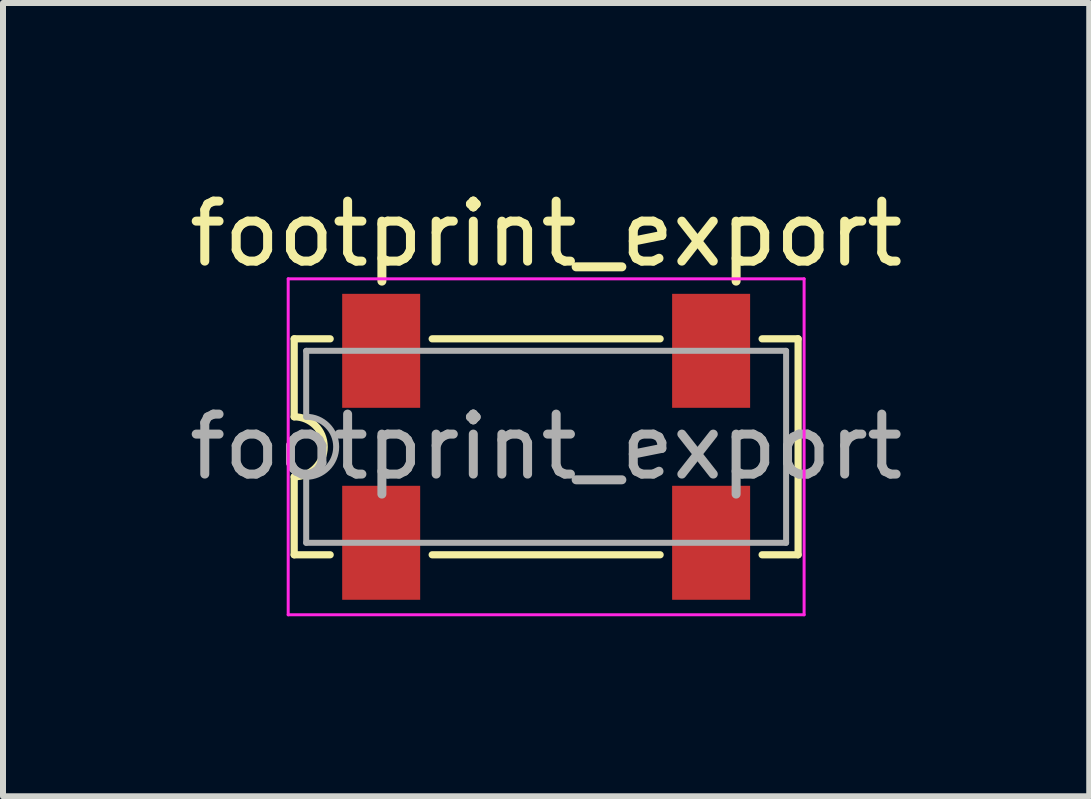
<source format=kicad_pcb>
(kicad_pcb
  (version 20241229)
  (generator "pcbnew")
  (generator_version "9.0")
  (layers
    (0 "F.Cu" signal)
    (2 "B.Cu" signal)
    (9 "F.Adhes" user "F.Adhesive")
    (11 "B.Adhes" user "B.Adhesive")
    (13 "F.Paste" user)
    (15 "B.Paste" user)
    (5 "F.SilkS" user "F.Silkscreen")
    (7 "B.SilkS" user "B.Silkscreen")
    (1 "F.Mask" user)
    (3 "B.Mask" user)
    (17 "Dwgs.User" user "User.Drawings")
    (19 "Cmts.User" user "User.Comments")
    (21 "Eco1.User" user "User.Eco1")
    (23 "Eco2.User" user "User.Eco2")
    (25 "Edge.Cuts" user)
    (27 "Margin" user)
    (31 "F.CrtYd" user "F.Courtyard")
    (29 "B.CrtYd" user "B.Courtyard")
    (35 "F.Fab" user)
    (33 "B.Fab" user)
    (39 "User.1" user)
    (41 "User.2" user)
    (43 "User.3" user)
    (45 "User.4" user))
  (footprint "footprint_export"
    (layer "F.Cu")
    (at 6.054 4.398)
    (property "Reference" "footprint_export" (at 0 -3.55 0) (layer "F.SilkS") (effects (font (size 1 1) (thickness 0.15))))
    (attr smd)
    (fp_line (start -4.2 -1.8) (end -3.6 -1.8) (stroke (width 0.12) (type solid)) (layer "F.SilkS"))
    (fp_line (start -4.2 -0.5) (end -4.2 -1.8) (stroke (width 0.12) (type solid)) (layer "F.SilkS"))
    (fp_line (start -4.2 1.8) (end -4.2 0.5) (stroke (width 0.12) (type solid)) (layer "F.SilkS"))
    (fp_line (start -4.2 1.8) (end -3.6 1.8) (stroke (width 0.12) (type solid)) (layer "F.SilkS"))
    (fp_line (start -1.9 -1.8) (end 1.9 -1.8) (stroke (width 0.12) (type solid)) (layer "F.SilkS"))
    (fp_line (start 1.9 1.8) (end -1.9 1.8) (stroke (width 0.12) (type solid)) (layer "F.SilkS"))
    (fp_line (start 3.6 -1.8) (end 4.2 -1.8) (stroke (width 0.12) (type solid)) (layer "F.SilkS"))
    (fp_line (start 4.2 -1.8) (end 4.2 1.8) (stroke (width 0.12) (type solid)) (layer "F.SilkS"))
    (fp_line (start 4.2 1.8) (end 3.6 1.8) (stroke (width 0.12) (type solid)) (layer "F.SilkS"))
    (fp_arc (start -4.2 -0.5) (mid -3.7 0) (end -4.2 0.5) (stroke (width 0.12) (type solid)) (layer "F.SilkS"))
    (fp_line (start -4.3 -2.8) (end -4.3 2.8) (stroke (width 0.05) (type solid)) (layer "F.CrtYd"))
    (fp_line (start -4.3 2.8) (end 4.3 2.8) (stroke (width 0.05) (type solid)) (layer "F.CrtYd"))
    (fp_line (start 4.3 -2.8) (end -4.3 -2.8) (stroke (width 0.05) (type solid)) (layer "F.CrtYd"))
    (fp_line (start 4.3 2.8) (end 4.3 -2.8) (stroke (width 0.05) (type solid)) (layer "F.CrtYd"))
    (fp_line (start -4 -1.6) (end 4 -1.6) (stroke (width 0.1) (type solid)) (layer "F.Fab"))
    (fp_line (start -4 -0.5) (end -4 -1.6) (stroke (width 0.1) (type solid)) (layer "F.Fab"))
    (fp_line (start -4 1.6) (end -4 0.5) (stroke (width 0.1) (type solid)) (layer "F.Fab"))
    (fp_line (start 4 -1.6) (end 4 1.6) (stroke (width 0.1) (type solid)) (layer "F.Fab"))
    (fp_line (start 4 1.6) (end -4 1.6) (stroke (width 0.1) (type solid)) (layer "F.Fab"))
    (fp_arc (start -4 -0.5) (mid -3.5 0) (end -4 0.5) (stroke (width 0.1) (type solid)) (layer "F.Fab"))
    (fp_text user "${REFERENCE}" (at 0 0 0) (layer "F.Fab") (effects (font (size 1 1) (thickness 0.15))))
    (pad "1" smd rect (at -2.75 1.6) (size 1.3 1.9) (layers "F.Cu" "F.Mask" "F.Paste"))
    (pad "2" smd rect (at 2.75 1.6) (size 1.3 1.9) (layers "F.Cu" "F.Mask" "F.Paste"))
    (pad "3" smd rect (at 2.75 -1.6) (size 1.3 1.9) (layers "F.Cu" "F.Mask" "F.Paste"))
    (pad "4" smd rect (at -2.75 -1.6) (size 1.3 1.9) (layers "F.Cu" "F.Mask" "F.Paste")))
  (gr_rect
    (start -3 -3)
    (end 15.107 10.223)
    (stroke (width 0.1) (type default))
    (fill no)
    (layer "Edge.Cuts")))
</source>
